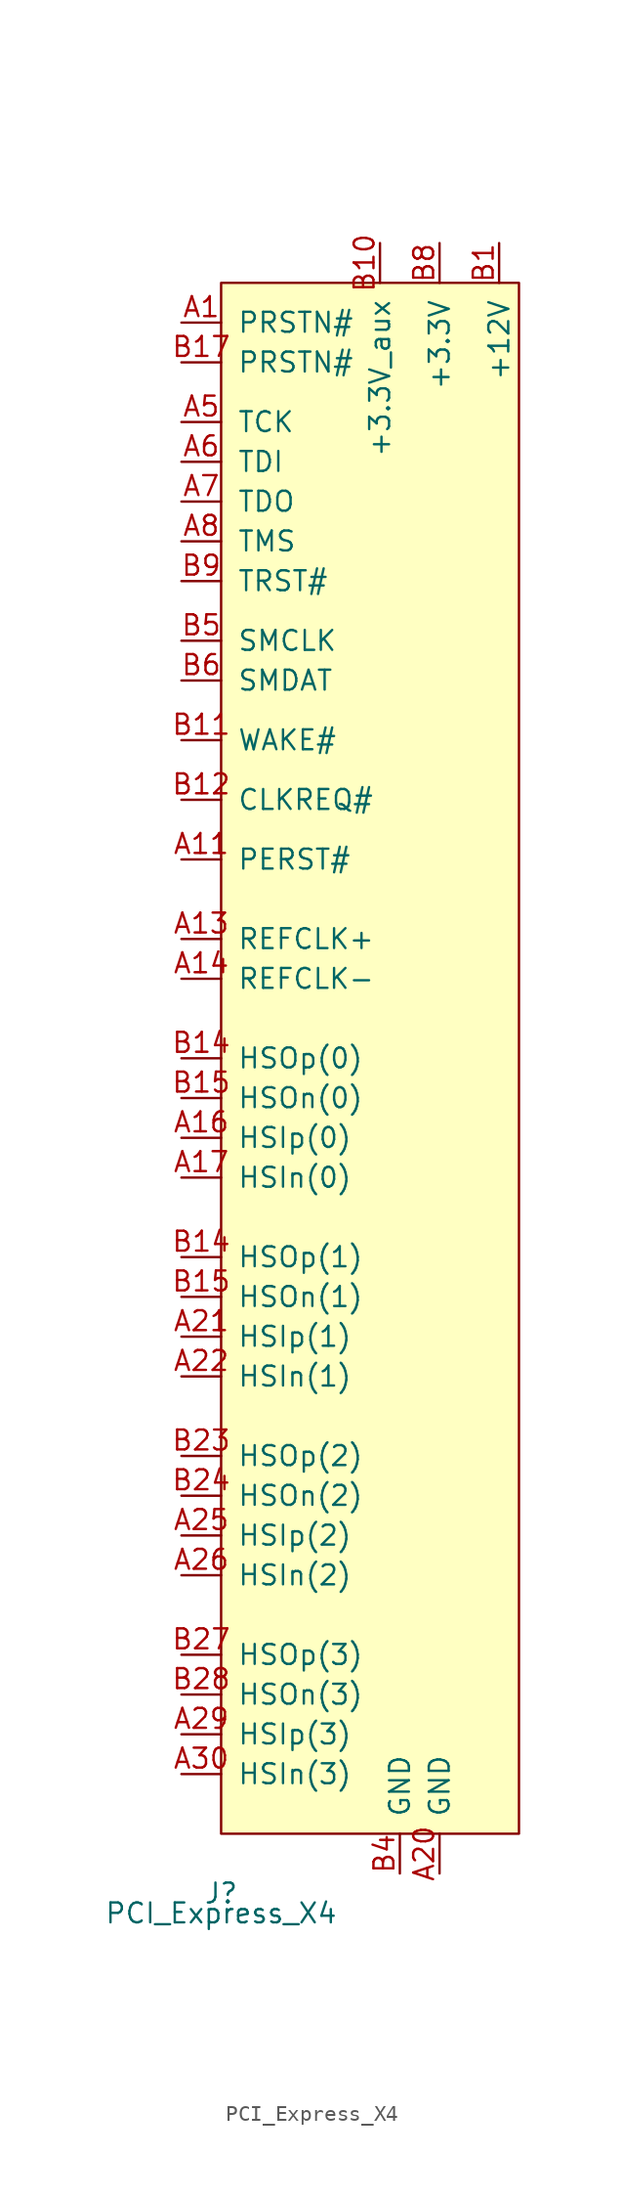
<source format=kicad_sym>
(kicad_symbol_lib
  (version 20211014)
  (generator kicad_symbol_editor)
  (symbol "PCI_Express_X4"
    (pin_names
      (offset 1.016))
    (property "Reference" "J"
      (at -8.89 -53.34 0)
      (effects (font (size 1.27 1.27))))
    (property "Value" "PCI_Express_X4"
      (at -8.89 -54.61 0)
      (effects (font (size 1.27 1.27))))
    (symbol "PCI_Express_X4_1_1"
      (rectangle (start -8.89 49.53) (end 10.16 -49.53) (stroke (width 0) (type default) (color 0 0 0 0)) (fill (type background)))
      (pin bidirectional line (at -11.43 46.99 0) (length 2.54) (name "PRSTN#" (effects (font (size 1.27 1.27)))) (number "A1" (effects (font (size 1.27 1.27)))))
      (pin power_out line (at 5.08 52.07 270) (length 2.54) hide (name "+3.3V" (effects (font (size 1.27 1.27)))) (number "A10" (effects (font (size 1.27 1.27)))))
      (pin output line (at -11.43 12.7 0) (length 2.54) (name "PERST#" (effects (font (size 1.27 1.27)))) (number "A11" (effects (font (size 1.27 1.27)))))
      (pin power_out line (at 2.54 -52.07 90) (length 2.54) hide (name "GND" (effects (font (size 1.27 1.27)))) (number "A12" (effects (font (size 1.27 1.27)))))
      (pin output line (at -11.43 7.62 0) (length 2.54) (name "REFCLK+" (effects (font (size 1.27 1.27)))) (number "A13" (effects (font (size 1.27 1.27)))))
      (pin output line (at -11.43 5.08 0) (length 2.54) (name "REFCLK-" (effects (font (size 1.27 1.27)))) (number "A14" (effects (font (size 1.27 1.27)))))
      (pin power_out line (at 2.54 -52.07 90) (length 2.54) hide (name "GND" (effects (font (size 1.27 1.27)))) (number "A15" (effects (font (size 1.27 1.27)))))
      (pin input line (at -11.43 -5.08 0) (length 2.54) (name "HSIp(0)" (effects (font (size 1.27 1.27)))) (number "A16" (effects (font (size 1.27 1.27)))))
      (pin input line (at -11.43 -7.62 0) (length 2.54) (name "HSIn(0)" (effects (font (size 1.27 1.27)))) (number "A17" (effects (font (size 1.27 1.27)))))
      (pin power_out line (at 2.54 -52.07 90) (length 2.54) hide (name "GND" (effects (font (size 1.27 1.27)))) (number "A18" (effects (font (size 1.27 1.27)))))
      (pin power_out line (at 8.89 52.07 270) (length 2.54) hide (name "+12V" (effects (font (size 1.27 1.27)))) (number "A2" (effects (font (size 1.27 1.27)))))
      (pin power_out line (at 5.08 -52.07 90) (length 2.54) (name "GND" (effects (font (size 1.27 1.27)))) (number "A20" (effects (font (size 1.27 1.27)))))
      (pin input line (at -11.43 -17.78 0) (length 2.54) (name "HSIp(1)" (effects (font (size 1.27 1.27)))) (number "A21" (effects (font (size 1.27 1.27)))))
      (pin input line (at -11.43 -20.32 0) (length 2.54) (name "HSIn(1)" (effects (font (size 1.27 1.27)))) (number "A22" (effects (font (size 1.27 1.27)))))
      (pin power_out line (at 5.08 -52.07 90) (length 2.54) hide (name "GND" (effects (font (size 1.27 1.27)))) (number "A23" (effects (font (size 1.27 1.27)))))
      (pin power_out line (at 5.08 -52.07 90) (length 2.54) hide (name "GND" (effects (font (size 1.27 1.27)))) (number "A24" (effects (font (size 1.27 1.27)))))
      (pin input line (at -11.43 -30.48 0) (length 2.54) (name "HSIp(2)" (effects (font (size 1.27 1.27)))) (number "A25" (effects (font (size 1.27 1.27)))))
      (pin input line (at -11.43 -33.02 0) (length 2.54) (name "HSIn(2)" (effects (font (size 1.27 1.27)))) (number "A26" (effects (font (size 1.27 1.27)))))
      (pin power_out line (at 5.08 -52.07 90) (length 2.54) hide (name "GND" (effects (font (size 1.27 1.27)))) (number "A27" (effects (font (size 1.27 1.27)))))
      (pin power_out line (at 5.08 -52.07 90) (length 2.54) hide (name "GND" (effects (font (size 1.27 1.27)))) (number "A28" (effects (font (size 1.27 1.27)))))
      (pin input line (at -11.43 -43.18 0) (length 2.54) (name "HSIp(3)" (effects (font (size 1.27 1.27)))) (number "A29" (effects (font (size 1.27 1.27)))))
      (pin power_out line (at 8.89 52.07 270) (length 2.54) hide (name "+12V" (effects (font (size 1.27 1.27)))) (number "A3" (effects (font (size 1.27 1.27)))))
      (pin input line (at -11.43 -45.72 0) (length 2.54) (name "HSIn(3)" (effects (font (size 1.27 1.27)))) (number "A30" (effects (font (size 1.27 1.27)))))
      (pin power_out line (at 7.62 -52.07 90) (length 2.54) hide (name "GND" (effects (font (size 1.27 1.27)))) (number "A31" (effects (font (size 1.27 1.27)))))
      (pin power_out line (at 2.54 -52.07 90) (length 2.54) hide (name "GND" (effects (font (size 1.27 1.27)))) (number "A4" (effects (font (size 1.27 1.27)))))
      (pin output line (at -11.43 40.64 0) (length 2.54) (name "TCK" (effects (font (size 1.27 1.27)))) (number "A5" (effects (font (size 1.27 1.27)))))
      (pin output line (at -11.43 38.1 0) (length 2.54) (name "TDI" (effects (font (size 1.27 1.27)))) (number "A6" (effects (font (size 1.27 1.27)))))
      (pin input line (at -11.43 35.56 0) (length 2.54) (name "TDO" (effects (font (size 1.27 1.27)))) (number "A7" (effects (font (size 1.27 1.27)))))
      (pin output line (at -11.43 33.02 0) (length 2.54) (name "TMS" (effects (font (size 1.27 1.27)))) (number "A8" (effects (font (size 1.27 1.27)))))
      (pin power_out line (at 5.08 52.07 270) (length 2.54) hide (name "+3.3V" (effects (font (size 1.27 1.27)))) (number "A9" (effects (font (size 1.27 1.27)))))
      (pin power_out line (at 8.89 52.07 270) (length 2.54) (name "+12V" (effects (font (size 1.27 1.27)))) (number "B1" (effects (font (size 1.27 1.27)))))
      (pin power_out line (at 1.27 52.07 270) (length 2.54) (name "+3.3V_aux" (effects (font (size 1.27 1.27)))) (number "B10" (effects (font (size 1.27 1.27)))))
      (pin input line (at -11.43 20.32 0) (length 2.54) (name "WAKE#" (effects (font (size 1.27 1.27)))) (number "B11" (effects (font (size 1.27 1.27)))))
      (pin output line (at -11.43 16.51 0) (length 2.54) (name "CLKREQ#" (effects (font (size 1.27 1.27)))) (number "B12" (effects (font (size 1.27 1.27)))))
      (pin power_out line (at 2.54 -52.07 90) (length 2.54) hide (name "GND" (effects (font (size 1.27 1.27)))) (number "B13" (effects (font (size 1.27 1.27)))))
      (pin output line (at -11.43 0 0) (length 2.54) (name "HSOp(0)" (effects (font (size 1.27 1.27)))) (number "B14" (effects (font (size 1.27 1.27)))))
      (pin output line (at -11.43 -12.7 0) (length 2.54) (name "HSOp(1)" (effects (font (size 1.27 1.27)))) (number "B14" (effects (font (size 1.27 1.27)))))
      (pin output line (at -11.43 -2.54 0) (length 2.54) (name "HSOn(0)" (effects (font (size 1.27 1.27)))) (number "B15" (effects (font (size 1.27 1.27)))))
      (pin output line (at -11.43 -15.24 0) (length 2.54) (name "HSOn(1)" (effects (font (size 1.27 1.27)))) (number "B15" (effects (font (size 1.27 1.27)))))
      (pin power_out line (at 2.54 -52.07 90) (length 2.54) hide (name "GND" (effects (font (size 1.27 1.27)))) (number "B16" (effects (font (size 1.27 1.27)))))
      (pin bidirectional line (at -11.43 44.45 0) (length 2.54) (name "PRSTN#" (effects (font (size 1.27 1.27)))) (number "B17" (effects (font (size 1.27 1.27)))))
      (pin power_out line (at 2.54 -52.07 90) (length 2.54) hide (name "GND" (effects (font (size 1.27 1.27)))) (number "B18" (effects (font (size 1.27 1.27)))))
      (pin power_out line (at 8.89 52.07 270) (length 2.54) hide (name "+12V" (effects (font (size 1.27 1.27)))) (number "B2" (effects (font (size 1.27 1.27)))))
      (pin power_out line (at 5.08 -52.07 90) (length 2.54) hide (name "GND" (effects (font (size 1.27 1.27)))) (number "B21" (effects (font (size 1.27 1.27)))))
      (pin power_out line (at 5.08 -52.07 90) (length 2.54) hide (name "GND" (effects (font (size 1.27 1.27)))) (number "B22" (effects (font (size 1.27 1.27)))))
      (pin output line (at -11.43 -25.4 0) (length 2.54) (name "HSOp(2)" (effects (font (size 1.27 1.27)))) (number "B23" (effects (font (size 1.27 1.27)))))
      (pin output line (at -11.43 -27.94 0) (length 2.54) (name "HSOn(2)" (effects (font (size 1.27 1.27)))) (number "B24" (effects (font (size 1.27 1.27)))))
      (pin power_out line (at 7.62 -52.07 90) (length 2.54) hide (name "GND" (effects (font (size 1.27 1.27)))) (number "B25" (effects (font (size 1.27 1.27)))))
      (pin power_out line (at 7.62 -52.07 90) (length 2.54) hide (name "GND" (effects (font (size 1.27 1.27)))) (number "B26" (effects (font (size 1.27 1.27)))))
      (pin output line (at -11.43 -38.1 0) (length 2.54) (name "HSOp(3)" (effects (font (size 1.27 1.27)))) (number "B27" (effects (font (size 1.27 1.27)))))
      (pin output line (at -11.43 -40.64 0) (length 2.54) (name "HSOn(3)" (effects (font (size 1.27 1.27)))) (number "B28" (effects (font (size 1.27 1.27)))))
      (pin power_out line (at 7.62 -52.07 90) (length 2.54) hide (name "GND" (effects (font (size 1.27 1.27)))) (number "B29" (effects (font (size 1.27 1.27)))))
      (pin power_out line (at 8.89 52.07 270) (length 2.54) hide (name "+12V" (effects (font (size 1.27 1.27)))) (number "B3" (effects (font (size 1.27 1.27)))))
      (pin power_out line (at 7.62 -52.07 90) (length 2.54) hide (name "GND" (effects (font (size 1.27 1.27)))) (number "B32" (effects (font (size 1.27 1.27)))))
      (pin power_out line (at 2.54 -52.07 90) (length 2.54) (name "GND" (effects (font (size 1.27 1.27)))) (number "B4" (effects (font (size 1.27 1.27)))))
      (pin output line (at -11.43 26.67 0) (length 2.54) (name "SMCLK" (effects (font (size 1.27 1.27)))) (number "B5" (effects (font (size 1.27 1.27)))))
      (pin bidirectional line (at -11.43 24.13 0) (length 2.54) (name "SMDAT" (effects (font (size 1.27 1.27)))) (number "B6" (effects (font (size 1.27 1.27)))))
      (pin power_out line (at 5.08 52.07 270) (length 2.54) (name "+3.3V" (effects (font (size 1.27 1.27)))) (number "B8" (effects (font (size 1.27 1.27)))))
      (pin output line (at -11.43 30.48 0) (length 2.54) (name "TRST#" (effects (font (size 1.27 1.27)))) (number "B9" (effects (font (size 1.27 1.27))))))))
</source>
